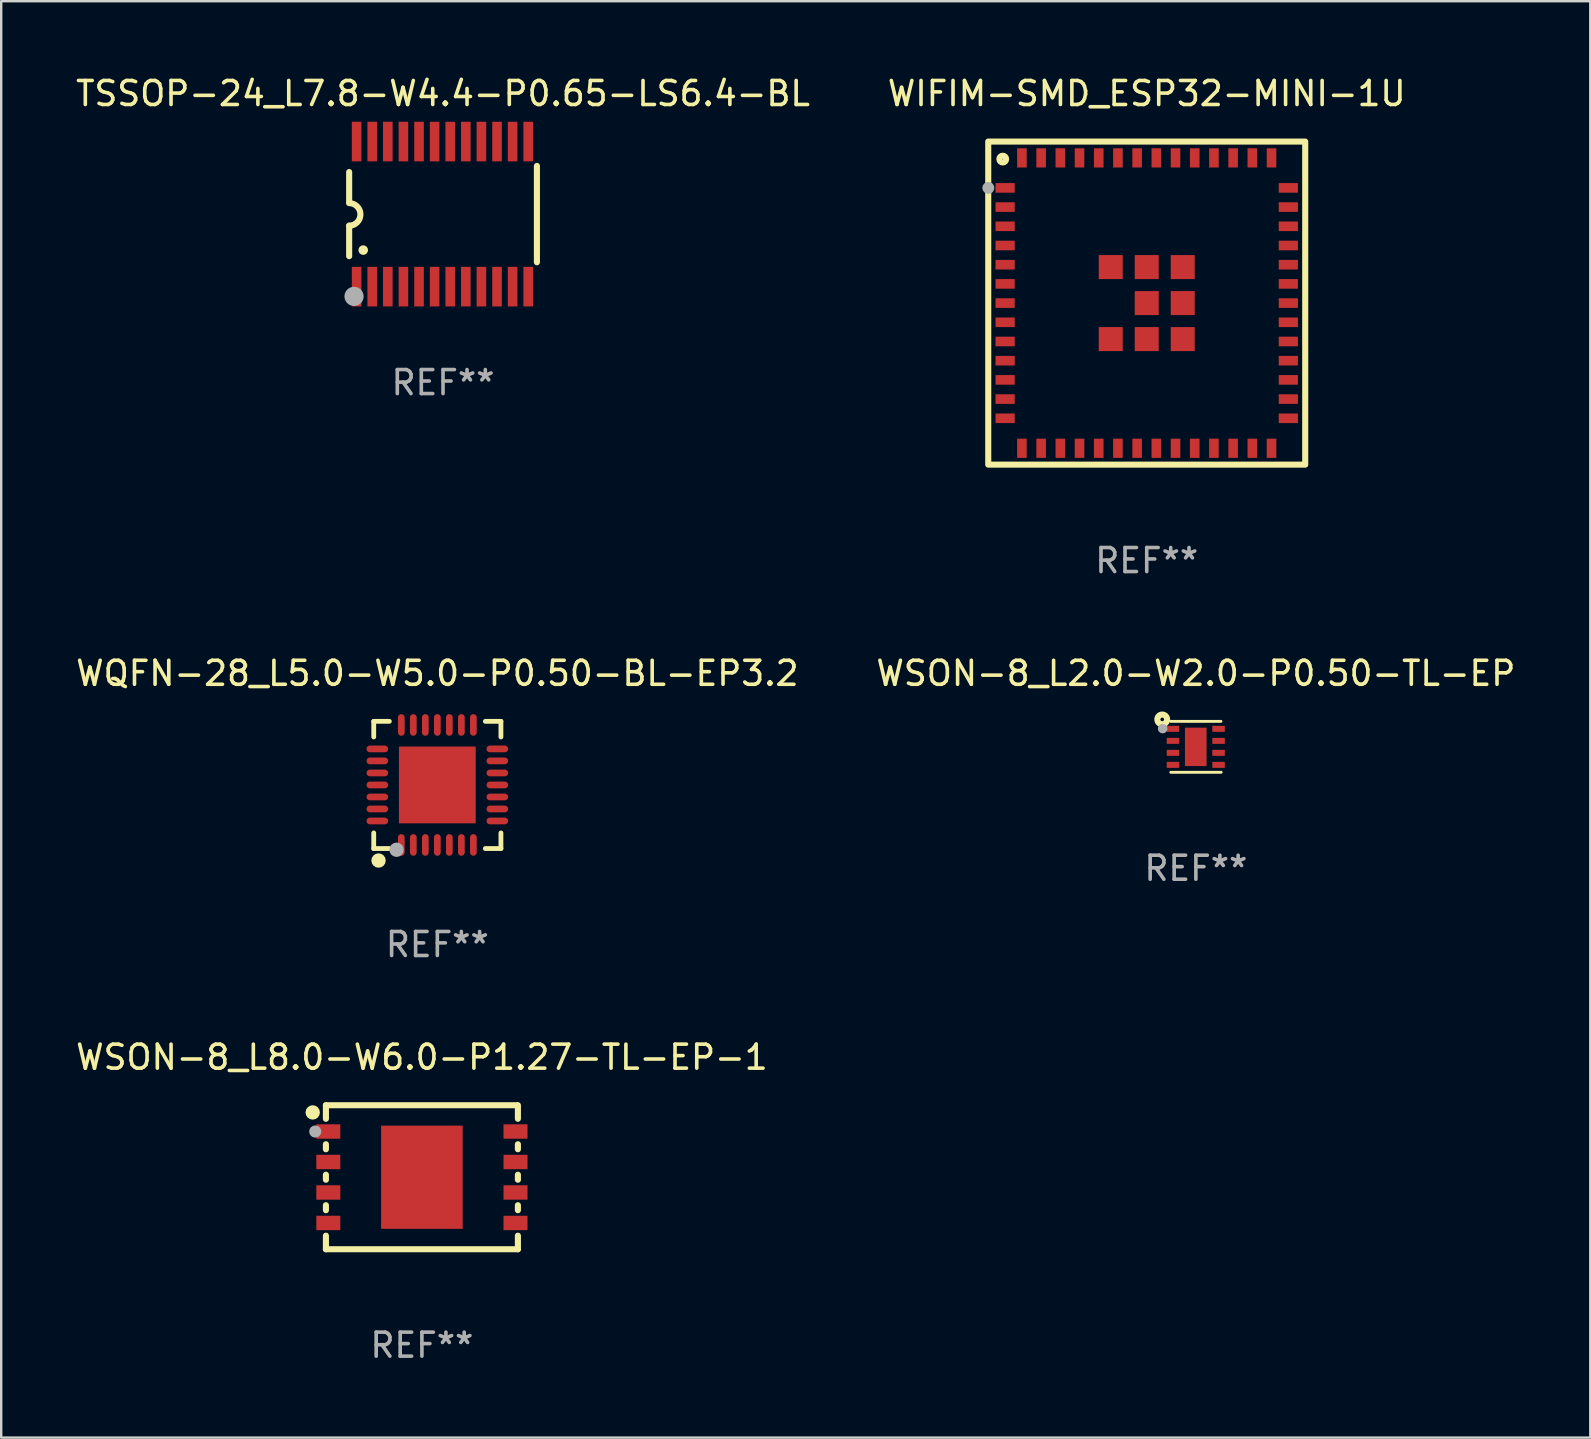
<source format=kicad_pcb>
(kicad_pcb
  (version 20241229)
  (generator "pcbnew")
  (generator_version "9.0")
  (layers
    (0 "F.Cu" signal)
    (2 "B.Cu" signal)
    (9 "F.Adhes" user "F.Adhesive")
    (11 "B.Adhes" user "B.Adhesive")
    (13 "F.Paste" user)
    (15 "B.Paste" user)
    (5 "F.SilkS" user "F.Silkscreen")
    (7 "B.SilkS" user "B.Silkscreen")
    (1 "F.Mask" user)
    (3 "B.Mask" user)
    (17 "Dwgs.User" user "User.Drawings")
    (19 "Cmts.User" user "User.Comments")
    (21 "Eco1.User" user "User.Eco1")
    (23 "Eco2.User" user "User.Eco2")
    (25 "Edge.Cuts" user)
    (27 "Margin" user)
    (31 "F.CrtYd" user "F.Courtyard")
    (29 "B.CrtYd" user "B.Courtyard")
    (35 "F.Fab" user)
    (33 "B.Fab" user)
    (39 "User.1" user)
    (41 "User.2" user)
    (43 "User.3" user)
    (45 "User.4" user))
  (footprint "WIFIM-SMD_ESP32-MINI-1U"
    (layer "F.Cu")
    (at 44.732 9.579)
    (property "Reference" "WIFIM-SMD_ESP32-MINI-1U" (at 0 -8.731 0) (layer "F.SilkS") (effects (font (size 1 1) (thickness 0.15))))
    (attr through_hole)
    (fp_rect (start -6.604 -6.731) (end 6.604 6.731) (stroke (width 0.254) (type solid)) (fill no) (layer "F.SilkS"))
    (fp_circle (center -6.6 -6.75) (end -6.57 -6.75) (stroke (width 0.06) (type solid)) (fill no) (layer "F.SilkS"))
    (fp_circle (center -6 -6) (end -5.9 -6.1) (stroke (width 0.254) (type solid)) (fill no) (layer "F.SilkS"))
    (fp_circle (center -6.6 -4.8) (end -6.475 -4.8) (stroke (width 0.25) (type solid)) (fill no) (layer "F.Fab"))
    (fp_text user "REF**" (at 0 10.731 0) (layer "F.Fab") (effects (font (size 1 1) (thickness 0.15))))
    (pad "1" smd rect (at -5.9 -4.8 90) (size 0.4 0.8) (layers "F.Cu" "F.Mask" "F.Paste"))
    (pad "2" smd rect (at -5.9 -4 90) (size 0.4 0.8) (layers "F.Cu" "F.Mask" "F.Paste"))
    (pad "3" smd rect (at -5.9 -3.2 90) (size 0.4 0.8) (layers "F.Cu" "F.Mask" "F.Paste"))
    (pad "4" smd rect (at -5.9 -2.4 90) (size 0.4 0.8) (layers "F.Cu" "F.Mask" "F.Paste"))
    (pad "5" smd rect (at -5.9 -1.6 90) (size 0.4 0.8) (layers "F.Cu" "F.Mask" "F.Paste"))
    (pad "6" smd rect (at -5.9 -0.8 90) (size 0.4 0.8) (layers "F.Cu" "F.Mask" "F.Paste"))
    (pad "7" smd rect (at -5.9 0 90) (size 0.4 0.8) (layers "F.Cu" "F.Mask" "F.Paste"))
    (pad "8" smd rect (at -5.9 0.8 90) (size 0.4 0.8) (layers "F.Cu" "F.Mask" "F.Paste"))
    (pad "9" smd rect (at -5.9 1.6 90) (size 0.4 0.8) (layers "F.Cu" "F.Mask" "F.Paste"))
    (pad "10" smd rect (at -5.9 2.4 90) (size 0.4 0.8) (layers "F.Cu" "F.Mask" "F.Paste"))
    (pad "11" smd rect (at -5.9 3.2 90) (size 0.4 0.8) (layers "F.Cu" "F.Mask" "F.Paste"))
    (pad "12" smd rect (at -5.9 4 90) (size 0.4 0.8) (layers "F.Cu" "F.Mask" "F.Paste"))
    (pad "13" smd rect (at -5.9 4.8 90) (size 0.4 0.8) (layers "F.Cu" "F.Mask" "F.Paste"))
    (pad "14" smd rect (at -5.2 6.05 180) (size 0.4 0.8) (layers "F.Cu" "F.Mask" "F.Paste"))
    (pad "15" smd rect (at -4.4 6.05 180) (size 0.4 0.8) (layers "F.Cu" "F.Mask" "F.Paste"))
    (pad "16" smd rect (at -3.6 6.05 180) (size 0.4 0.8) (layers "F.Cu" "F.Mask" "F.Paste"))
    (pad "17" smd rect (at -2.8 6.05 180) (size 0.4 0.8) (layers "F.Cu" "F.Mask" "F.Paste"))
    (pad "18" smd rect (at -2 6.05 180) (size 0.4 0.8) (layers "F.Cu" "F.Mask" "F.Paste"))
    (pad "19" smd rect (at -1.2 6.05 180) (size 0.4 0.8) (layers "F.Cu" "F.Mask" "F.Paste"))
    (pad "20" smd rect (at -0.4 6.05 180) (size 0.4 0.8) (layers "F.Cu" "F.Mask" "F.Paste"))
    (pad "21" smd rect (at 0.4 6.05 180) (size 0.4 0.8) (layers "F.Cu" "F.Mask" "F.Paste"))
    (pad "22" smd rect (at 1.2 6.05 180) (size 0.4 0.8) (layers "F.Cu" "F.Mask" "F.Paste"))
    (pad "23" smd rect (at 2 6.05 180) (size 0.4 0.8) (layers "F.Cu" "F.Mask" "F.Paste"))
    (pad "24" smd rect (at 2.8 6.05 180) (size 0.4 0.8) (layers "F.Cu" "F.Mask" "F.Paste"))
    (pad "25" smd rect (at 3.6 6.05 180) (size 0.4 0.8) (layers "F.Cu" "F.Mask" "F.Paste"))
    (pad "26" smd rect (at 4.4 6.05 180) (size 0.4 0.8) (layers "F.Cu" "F.Mask" "F.Paste"))
    (pad "27" smd rect (at 5.2 6.05 180) (size 0.4 0.8) (layers "F.Cu" "F.Mask" "F.Paste"))
    (pad "28" smd rect (at 5.9 4.8 270) (size 0.4 0.8) (layers "F.Cu" "F.Mask" "F.Paste"))
    (pad "29" smd rect (at 5.9 4 270) (size 0.4 0.8) (layers "F.Cu" "F.Mask" "F.Paste"))
    (pad "30" smd rect (at 5.9 3.2 270) (size 0.4 0.8) (layers "F.Cu" "F.Mask" "F.Paste"))
    (pad "31" smd rect (at 5.9 2.4 270) (size 0.4 0.8) (layers "F.Cu" "F.Mask" "F.Paste"))
    (pad "32" smd rect (at 5.9 1.6 270) (size 0.4 0.8) (layers "F.Cu" "F.Mask" "F.Paste"))
    (pad "33" smd rect (at 5.9 0.8 270) (size 0.4 0.8) (layers "F.Cu" "F.Mask" "F.Paste"))
    (pad "34" smd rect (at 5.9 0 270) (size 0.4 0.8) (layers "F.Cu" "F.Mask" "F.Paste"))
    (pad "35" smd rect (at 5.9 -0.8 270) (size 0.4 0.8) (layers "F.Cu" "F.Mask" "F.Paste"))
    (pad "36" smd rect (at 5.9 -1.6 270) (size 0.4 0.8) (layers "F.Cu" "F.Mask" "F.Paste"))
    (pad "37" smd rect (at 5.9 -2.4 270) (size 0.4 0.8) (layers "F.Cu" "F.Mask" "F.Paste"))
    (pad "38" smd rect (at 5.9 -3.2 270) (size 0.4 0.8) (layers "F.Cu" "F.Mask" "F.Paste"))
    (pad "39" smd rect (at 5.9 -4 270) (size 0.4 0.8) (layers "F.Cu" "F.Mask" "F.Paste"))
    (pad "40" smd rect (at 5.9 -4.8 270) (size 0.4 0.8) (layers "F.Cu" "F.Mask" "F.Paste"))
    (pad "41" smd rect (at 5.2 -6.05) (size 0.4 0.8) (layers "F.Cu" "F.Mask" "F.Paste"))
    (pad "42" smd rect (at 4.4 -6.05) (size 0.4 0.8) (layers "F.Cu" "F.Mask" "F.Paste"))
    (pad "43" smd rect (at 3.6 -6.05) (size 0.4 0.8) (layers "F.Cu" "F.Mask" "F.Paste"))
    (pad "44" smd rect (at 2.8 -6.05) (size 0.4 0.8) (layers "F.Cu" "F.Mask" "F.Paste"))
    (pad "45" smd rect (at 2 -6.05) (size 0.4 0.8) (layers "F.Cu" "F.Mask" "F.Paste"))
    (pad "46" smd rect (at 1.2 -6.05) (size 0.4 0.8) (layers "F.Cu" "F.Mask" "F.Paste"))
    (pad "47" smd rect (at 0.4 -6.05) (size 0.4 0.8) (layers "F.Cu" "F.Mask" "F.Paste"))
    (pad "48" smd rect (at -0.4 -6.05) (size 0.4 0.8) (layers "F.Cu" "F.Mask" "F.Paste"))
    (pad "49" smd rect (at -1.2 -6.05) (size 0.4 0.8) (layers "F.Cu" "F.Mask" "F.Paste"))
    (pad "50" smd rect (at -2 -6.05) (size 0.4 0.8) (layers "F.Cu" "F.Mask" "F.Paste"))
    (pad "51" smd rect (at -2.8 -6.05) (size 0.4 0.8) (layers "F.Cu" "F.Mask" "F.Paste"))
    (pad "52" smd rect (at -3.6 -6.05) (size 0.4 0.8) (layers "F.Cu" "F.Mask" "F.Paste"))
    (pad "53" smd rect (at -4.4 -6.05) (size 0.4 0.8) (layers "F.Cu" "F.Mask" "F.Paste"))
    (pad "54" smd rect (at -5.2 -6.05) (size 0.4 0.8) (layers "F.Cu" "F.Mask" "F.Paste"))
    (pad "55" smd rect (at -1.5 -1.5 90) (size 1 1) (layers "F.Cu" "F.Mask" "F.Paste"))
    (pad "55" smd rect (at -1.5 1.5 90) (size 1 1) (layers "F.Cu" "F.Mask" "F.Paste"))
    (pad "55" smd rect (at 0 -1.5 90) (size 1 1) (layers "F.Cu" "F.Mask" "F.Paste"))
    (pad "55" smd rect (at 0 0 90) (size 1 1) (layers "F.Cu" "F.Mask" "F.Paste"))
    (pad "55" smd rect (at 0 1.5 90) (size 1 1) (layers "F.Cu" "F.Mask" "F.Paste"))
    (pad "55" smd rect (at 1.5 -1.5 90) (size 1 1) (layers "F.Cu" "F.Mask" "F.Paste"))
    (pad "55" smd rect (at 1.5 0 90) (size 1 1) (layers "F.Cu" "F.Mask" "F.Paste"))
    (pad "55" smd rect (at 1.5 1.5 90) (size 1 1) (layers "F.Cu" "F.Mask" "F.Paste")))
  (footprint "TSSOP-24_L7.8-W4.4-P0.65-LS6.4-BL"
    (layer "F.Cu")
    (at 15.385 5.871)
    (property "Reference" "TSSOP-24_L7.8-W4.4-P0.65-LS6.4-BL" (at 0.025 -5.023 0) (layer "F.SilkS") (effects (font (size 1 1) (thickness 0.15))))
    (attr through_hole)
    (fp_line (start -3.886 -0.483) (end -3.886 -1.753) (stroke (width 0.254) (type solid)) (layer "F.SilkS"))
    (fp_line (start -3.886 1.753) (end -3.886 0.483) (stroke (width 0.254) (type solid)) (layer "F.SilkS"))
    (fp_line (start 3.937 -2.007) (end 3.937 2.007) (stroke (width 0.254) (type solid)) (layer "F.SilkS"))
    (fp_arc (start -3.886208 -0.457201) (mid -3.416307 0.0127) (end -3.886208 0.482601) (stroke (width 0.254001) (type solid)) (layer "F.SilkS"))
    (fp_circle (center -3.3 1.5) (end -3.2 1.5) (stroke (width 0.2) (type solid)) (fill no) (layer "F.SilkS"))
    (fp_circle (center -3.683 3.429) (end -3.483 3.429) (stroke (width 0.4) (type solid)) (fill no) (layer "F.Fab"))
    (fp_text user "REF**" (at 0.025 7.023 0) (layer "F.Fab") (effects (font (size 1 1) (thickness 0.15))))
    (pad "1" smd rect (at -3.575 3.023) (size 0.4 1.65) (layers "F.Cu" "F.Mask" "F.Paste"))
    (pad "2" smd rect (at -2.925 3.023) (size 0.4 1.65) (layers "F.Cu" "F.Mask" "F.Paste"))
    (pad "3" smd rect (at -2.275 3.023) (size 0.4 1.65) (layers "F.Cu" "F.Mask" "F.Paste"))
    (pad "4" smd rect (at -1.625 3.023) (size 0.4 1.65) (layers "F.Cu" "F.Mask" "F.Paste"))
    (pad "5" smd rect (at -0.975 3.023) (size 0.4 1.65) (layers "F.Cu" "F.Mask" "F.Paste"))
    (pad "6" smd rect (at -0.325 3.023) (size 0.4 1.65) (layers "F.Cu" "F.Mask" "F.Paste"))
    (pad "7" smd rect (at 0.325 3.023) (size 0.4 1.65) (layers "F.Cu" "F.Mask" "F.Paste"))
    (pad "8" smd rect (at 0.975 3.023) (size 0.4 1.65) (layers "F.Cu" "F.Mask" "F.Paste"))
    (pad "9" smd rect (at 1.625 3.023) (size 0.4 1.65) (layers "F.Cu" "F.Mask" "F.Paste"))
    (pad "10" smd rect (at 2.275 3.023) (size 0.4 1.65) (layers "F.Cu" "F.Mask" "F.Paste"))
    (pad "11" smd rect (at 2.925 3.023) (size 0.4 1.65) (layers "F.Cu" "F.Mask" "F.Paste"))
    (pad "12" smd rect (at 3.575 3.023) (size 0.4 1.65) (layers "F.Cu" "F.Mask" "F.Paste"))
    (pad "13" smd rect (at 3.575 -3.023) (size 0.4 1.65) (layers "F.Cu" "F.Mask" "F.Paste"))
    (pad "14" smd rect (at 2.925 -3.023) (size 0.4 1.65) (layers "F.Cu" "F.Mask" "F.Paste"))
    (pad "15" smd rect (at 2.275 -3.023) (size 0.4 1.65) (layers "F.Cu" "F.Mask" "F.Paste"))
    (pad "16" smd rect (at 1.625 -3.023) (size 0.4 1.65) (layers "F.Cu" "F.Mask" "F.Paste"))
    (pad "17" smd rect (at 0.975 -3.023) (size 0.4 1.65) (layers "F.Cu" "F.Mask" "F.Paste"))
    (pad "18" smd rect (at 0.325 -3.023) (size 0.4 1.65) (layers "F.Cu" "F.Mask" "F.Paste"))
    (pad "19" smd rect (at -0.325 -3.023) (size 0.4 1.65) (layers "F.Cu" "F.Mask" "F.Paste"))
    (pad "20" smd rect (at -0.975 -3.023) (size 0.4 1.65) (layers "F.Cu" "F.Mask" "F.Paste"))
    (pad "21" smd rect (at -1.625 -3.023) (size 0.4 1.65) (layers "F.Cu" "F.Mask" "F.Paste"))
    (pad "22" smd rect (at -2.275 -3.023) (size 0.4 1.65) (layers "F.Cu" "F.Mask" "F.Paste"))
    (pad "23" smd rect (at -2.925 -3.023) (size 0.4 1.65) (layers "F.Cu" "F.Mask" "F.Paste"))
    (pad "24" smd rect (at -3.575 -3.023) (size 0.4 1.65) (layers "F.Cu" "F.Mask" "F.Paste")))
  (footprint "WSON-8_L2.0-W2.0-P0.50-TL-EP"
    (layer "F.Cu")
    (at 46.775 28.07)
    (property "Reference" "WSON-8_L2.0-W2.0-P0.50-TL-EP" (at 0.005 -3.063 0) (layer "F.SilkS") (effects (font (size 1 1) (thickness 0.15))))
    (attr through_hole)
    (fp_line (start -1.04 1.06) (end 1.059 1.06) (stroke (width 0.12) (type solid)) (layer "F.SilkS"))
    (fp_line (start 1.05 -1.063) (end -1.05 -1.063) (stroke (width 0.12) (type solid)) (layer "F.SilkS"))
    (fp_circle (center -1.397 -1.143) (end -1.321 -1.143) (stroke (width 0.254) (type solid)) (fill no) (layer "F.SilkS"))
    (fp_circle (center -1.38 -0.76) (end -1.28 -0.76) (stroke (width 0.2) (type solid)) (fill no) (layer "F.Fab"))
    (fp_text user "REF**" (at 0.005 5.06 0) (layer "F.Fab") (effects (font (size 1 1) (thickness 0.15))))
    (pad "1" smd rect (at -0.95 -0.75) (size 0.521 0.25) (layers "F.Cu" "F.Mask" "F.Paste"))
    (pad "2" smd rect (at -0.95 -0.25) (size 0.521 0.25) (layers "F.Cu" "F.Mask" "F.Paste"))
    (pad "3" smd rect (at -0.95 0.25) (size 0.521 0.25) (layers "F.Cu" "F.Mask" "F.Paste"))
    (pad "4" smd rect (at -0.95 0.75) (size 0.521 0.25) (layers "F.Cu" "F.Mask" "F.Paste"))
    (pad "5" smd rect (at 0.95 0.75) (size 0.521 0.25) (layers "F.Cu" "F.Mask" "F.Paste"))
    (pad "6" smd rect (at 0.95 0.25) (size 0.521 0.25) (layers "F.Cu" "F.Mask" "F.Paste"))
    (pad "7" smd rect (at 0.95 -0.25) (size 0.521 0.25) (layers "F.Cu" "F.Mask" "F.Paste"))
    (pad "8" smd rect (at 0.95 -0.75) (size 0.521 0.25) (layers "F.Cu" "F.Mask" "F.Paste"))
    (pad "9" smd rect (at 0 0) (size 0.9 1.6) (layers "F.Cu" "F.Mask" "F.Paste")))
  (footprint "WQFN-28_L5.0-W5.0-P0.50-BL-EP3.2"
    (layer "F.Cu")
    (at 15.173 29.657)
    (property "Reference" "WQFN-28_L5.0-W5.0-P0.50-BL-EP3.2" (at -0.000203 -4.65 0) (layer "F.SilkS") (effects (font (size 1 1) (thickness 0.15))))
    (attr through_hole)
    (fp_line (start -2.65 -2.65) (end -2.65 -2) (stroke (width 0.2) (type solid)) (layer "F.SilkS"))
    (fp_line (start -2.65 2.65) (end -2.65 2) (stroke (width 0.2) (type solid)) (layer "F.SilkS"))
    (fp_line (start -2 -2.65) (end -2.65 -2.65) (stroke (width 0.2) (type solid)) (layer "F.SilkS"))
    (fp_line (start -2 2.65) (end -2.65 2.65) (stroke (width 0.2) (type solid)) (layer "F.SilkS"))
    (fp_line (start 2 2.65) (end 2.65 2.65) (stroke (width 0.2) (type solid)) (layer "F.SilkS"))
    (fp_line (start 2.65 -2.65) (end 2 -2.65) (stroke (width 0.2) (type solid)) (layer "F.SilkS"))
    (fp_line (start 2.65 -2) (end 2.65 -2.65) (stroke (width 0.2) (type solid)) (layer "F.SilkS"))
    (fp_line (start 2.65 2.65) (end 2.65 2) (stroke (width 0.2) (type solid)) (layer "F.SilkS"))
    (fp_arc (start -2.448768 2.999797) (mid -2.450248 3.299816) (end -2.450889 2.999794) (stroke (width 0.3) (type solid)) (layer "F.SilkS"))
    (fp_circle (center -1.7 2.7) (end -1.55 2.7) (stroke (width 0.3) (type solid)) (fill no) (layer "F.Fab"))
    (fp_text user "REF**" (at -0.000203 6.65 0) (layer "F.Fab") (effects (font (size 1 1) (thickness 0.15))))
    (pad "1" smd oval (at -1.501 2.5 180) (size 0.28 0.9) (layers "F.Cu" "F.Mask" "F.Paste"))
    (pad "2" smd oval (at -1.001 2.5 180) (size 0.28 0.9) (layers "F.Cu" "F.Mask" "F.Paste"))
    (pad "3" smd oval (at -0.501 2.5 180) (size 0.28 0.9) (layers "F.Cu" "F.Mask" "F.Paste"))
    (pad "4" smd oval (at -0.000127 2.5 180) (size 0.28 0.9) (layers "F.Cu" "F.Mask" "F.Paste"))
    (pad "5" smd oval (at 0.5 2.5 180) (size 0.28 0.9) (layers "F.Cu" "F.Mask" "F.Paste"))
    (pad "6" smd oval (at 1.001 2.5 180) (size 0.28 0.9) (layers "F.Cu" "F.Mask" "F.Paste"))
    (pad "7" smd oval (at 1.501 2.5 180) (size 0.28 0.9) (layers "F.Cu" "F.Mask" "F.Paste"))
    (pad "8" smd oval (at 2.5 1.501 90) (size 0.28 0.9) (layers "F.Cu" "F.Mask" "F.Paste"))
    (pad "9" smd oval (at 2.5 1.001 90) (size 0.28 0.9) (layers "F.Cu" "F.Mask" "F.Paste"))
    (pad "10" smd oval (at 2.5 0.501 90) (size 0.28 0.9) (layers "F.Cu" "F.Mask" "F.Paste"))
    (pad "11" smd oval (at 2.5 0.000127 90) (size 0.28 0.9) (layers "F.Cu" "F.Mask" "F.Paste"))
    (pad "12" smd oval (at 2.5 -0.5 90) (size 0.28 0.9) (layers "F.Cu" "F.Mask" "F.Paste"))
    (pad "13" smd oval (at 2.5 -1.001 90) (size 0.28 0.9) (layers "F.Cu" "F.Mask" "F.Paste"))
    (pad "14" smd oval (at 2.5 -1.501 90) (size 0.28 0.9) (layers "F.Cu" "F.Mask" "F.Paste"))
    (pad "15" smd oval (at 1.501 -2.5 180) (size 0.28 0.9) (layers "F.Cu" "F.Mask" "F.Paste"))
    (pad "16" smd oval (at 1.001 -2.5 180) (size 0.28 0.9) (layers "F.Cu" "F.Mask" "F.Paste"))
    (pad "17" smd oval (at 0.5 -2.5 180) (size 0.28 0.9) (layers "F.Cu" "F.Mask" "F.Paste"))
    (pad "18" smd oval (at -0.000127 -2.5 180) (size 0.28 0.9) (layers "F.Cu" "F.Mask" "F.Paste"))
    (pad "19" smd oval (at -0.501 -2.5 180) (size 0.28 0.9) (layers "F.Cu" "F.Mask" "F.Paste"))
    (pad "20" smd oval (at -1.001 -2.5 180) (size 0.28 0.9) (layers "F.Cu" "F.Mask" "F.Paste"))
    (pad "21" smd oval (at -1.501 -2.5 180) (size 0.28 0.9) (layers "F.Cu" "F.Mask" "F.Paste"))
    (pad "22" smd oval (at -2.5 -1.501 90) (size 0.28 0.9) (layers "F.Cu" "F.Mask" "F.Paste"))
    (pad "23" smd oval (at -2.5 -1.001 90) (size 0.28 0.9) (layers "F.Cu" "F.Mask" "F.Paste"))
    (pad "24" smd oval (at -2.5 -0.5 90) (size 0.28 0.9) (layers "F.Cu" "F.Mask" "F.Paste"))
    (pad "25" smd oval (at -2.5 0.000127 90) (size 0.28 0.9) (layers "F.Cu" "F.Mask" "F.Paste"))
    (pad "26" smd oval (at -2.5 0.501 90) (size 0.28 0.9) (layers "F.Cu" "F.Mask" "F.Paste"))
    (pad "27" smd oval (at -2.5 1.001 90) (size 0.28 0.9) (layers "F.Cu" "F.Mask" "F.Paste"))
    (pad "28" smd oval (at -2.5 1.501 90) (size 0.28 0.9) (layers "F.Cu" "F.Mask" "F.Paste"))
    (pad "29" smd rect (at -0.000127 0.000127 90) (size 3.2 3.2) (layers "F.Cu" "F.Mask" "F.Paste")))
  (footprint "WSON-8_L8.0-W6.0-P1.27-TL-EP-1"
    (layer "F.Cu")
    (at 14.53 46.003)
    (property "Reference" "WSON-8_L8.0-W6.0-P1.27-TL-EP-1" (at 0 -5 0) (layer "F.SilkS") (effects (font (size 1 1) (thickness 0.15))))
    (attr through_hole)
    (fp_line (start -4 -3) (end 3.95 -3) (stroke (width 0.254) (type solid)) (layer "F.SilkS"))
    (fp_line (start -4 -2.436) (end -4 -3) (stroke (width 0.254) (type solid)) (layer "F.SilkS"))
    (fp_line (start -4 -1.166) (end -4 -1.374) (stroke (width 0.254) (type solid)) (layer "F.SilkS"))
    (fp_line (start -4 0.104) (end -4 -0.104) (stroke (width 0.254) (type solid)) (layer "F.SilkS"))
    (fp_line (start -4 1.374) (end -4 1.166) (stroke (width 0.254) (type solid)) (layer "F.SilkS"))
    (fp_line (start -4 3) (end -4 2.436) (stroke (width 0.254) (type solid)) (layer "F.SilkS"))
    (fp_line (start 4 -3) (end 4 -2.436) (stroke (width 0.254) (type solid)) (layer "F.SilkS"))
    (fp_line (start 4 -1.374) (end 4 -1.166) (stroke (width 0.254) (type solid)) (layer "F.SilkS"))
    (fp_line (start 4 -0.104) (end 4 0.104) (stroke (width 0.254) (type solid)) (layer "F.SilkS"))
    (fp_line (start 4 1.166) (end 4 1.374) (stroke (width 0.254) (type solid)) (layer "F.SilkS"))
    (fp_line (start 4 2.436) (end 4 3) (stroke (width 0.254) (type solid)) (layer "F.SilkS"))
    (fp_line (start 4 3) (end -4 3) (stroke (width 0.254) (type solid)) (layer "F.SilkS"))
    (fp_circle (center -4.55 -2.7) (end -4.4 -2.7) (stroke (width 0.3) (type solid)) (fill no) (layer "F.SilkS"))
    (fp_circle (center -4 -3) (end -3.97 -3) (stroke (width 0.06) (type solid)) (fill no) (layer "F.SilkS"))
    (fp_circle (center -4.445 -1.905) (end -4.318 -1.905) (stroke (width 0.254) (type solid)) (fill no) (layer "F.Fab"))
    (fp_text user "REF**" (at 0 7 0) (layer "F.Fab") (effects (font (size 1 1) (thickness 0.15))))
    (pad "1" smd rect (at -3.9 -1.905 270) (size 0.6 1) (layers "F.Cu" "F.Mask" "F.Paste"))
    (pad "2" smd rect (at -3.9 -0.635 270) (size 0.6 1) (layers "F.Cu" "F.Mask" "F.Paste"))
    (pad "3" smd rect (at -3.9 0.635 270) (size 0.6 1) (layers "F.Cu" "F.Mask" "F.Paste"))
    (pad "4" smd rect (at -3.9 1.905 270) (size 0.6 1) (layers "F.Cu" "F.Mask" "F.Paste"))
    (pad "5" smd rect (at 3.9 1.905 90) (size 0.6 1) (layers "F.Cu" "F.Mask" "F.Paste"))
    (pad "6" smd rect (at 3.9 0.635 90) (size 0.6 1) (layers "F.Cu" "F.Mask" "F.Paste"))
    (pad "7" smd rect (at 3.9 -0.635 90) (size 0.6 1) (layers "F.Cu" "F.Mask" "F.Paste"))
    (pad "8" smd rect (at 3.9 -1.905 90) (size 0.6 1) (layers "F.Cu" "F.Mask" "F.Paste"))
    (pad "9" smd rect (at 0 0 90) (size 4.3 3.4) (layers "F.Cu" "F.Mask" "F.Paste")))
  (gr_rect
    (start -3 -3)
    (end 63.214 56.852)
    (stroke (width 0.1) (type default))
    (fill no)
    (layer "Edge.Cuts")))
</source>
